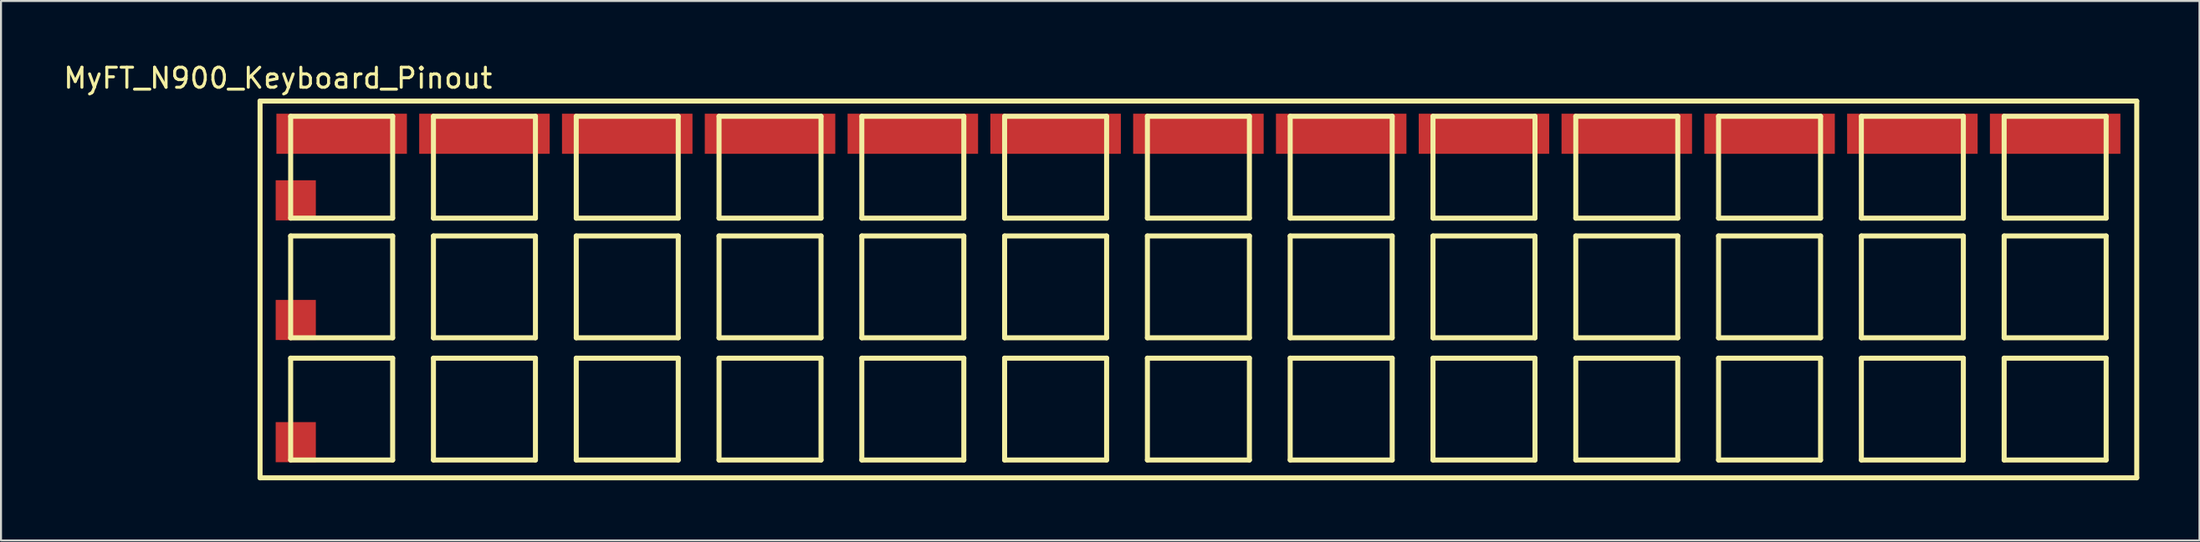
<source format=kicad_pcb>
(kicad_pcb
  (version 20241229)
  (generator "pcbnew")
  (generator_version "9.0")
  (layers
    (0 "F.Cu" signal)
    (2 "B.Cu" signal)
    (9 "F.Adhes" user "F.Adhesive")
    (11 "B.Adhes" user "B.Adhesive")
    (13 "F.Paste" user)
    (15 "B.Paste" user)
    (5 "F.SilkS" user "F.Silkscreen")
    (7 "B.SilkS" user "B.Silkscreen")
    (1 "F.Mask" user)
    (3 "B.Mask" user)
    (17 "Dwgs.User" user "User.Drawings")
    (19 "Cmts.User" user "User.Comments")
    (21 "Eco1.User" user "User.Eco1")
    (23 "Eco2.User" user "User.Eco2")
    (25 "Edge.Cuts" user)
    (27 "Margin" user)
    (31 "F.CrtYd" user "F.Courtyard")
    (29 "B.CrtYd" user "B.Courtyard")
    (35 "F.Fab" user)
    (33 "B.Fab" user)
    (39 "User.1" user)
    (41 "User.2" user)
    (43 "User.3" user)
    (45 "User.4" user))
  (footprint "MyFT_N900_Keyboard_Pinout"
    (layer "F.Cu")
    (at 53.337 11.008)
    (property "Reference" "MyFT_N900_Keyboard_Pinout" (at -42.545 -10.16 0) (layer "F.SilkS") (effects (font (size 1 1) (thickness 0.15))))
    (attr through_hole)
    (fp_line (start -43.434 -9.017) (end -43.434 9.779) (stroke (width 0.25) (type solid)) (layer "F.SilkS"))
    (fp_line (start -43.434 9.779) (end 50.038 9.779) (stroke (width 0.25) (type solid)) (layer "F.SilkS"))
    (fp_line (start -41.91 -8.255) (end -36.83 -8.255) (stroke (width 0.25) (type solid)) (layer "F.SilkS"))
    (fp_line (start -41.91 -3.175) (end -41.91 -8.255) (stroke (width 0.25) (type solid)) (layer "F.SilkS"))
    (fp_line (start -41.91 -3.175) (end -36.83 -3.175) (stroke (width 0.25) (type solid)) (layer "F.SilkS"))
    (fp_line (start -41.91 -2.286) (end -36.83 -2.286) (stroke (width 0.25) (type solid)) (layer "F.SilkS"))
    (fp_line (start -41.91 2.794) (end -41.91 -2.286) (stroke (width 0.25) (type solid)) (layer "F.SilkS"))
    (fp_line (start -41.91 2.794) (end -36.83 2.794) (stroke (width 0.25) (type solid)) (layer "F.SilkS"))
    (fp_line (start -41.91 3.81) (end -36.83 3.81) (stroke (width 0.25) (type solid)) (layer "F.SilkS"))
    (fp_line (start -41.91 8.89) (end -41.91 3.81) (stroke (width 0.25) (type solid)) (layer "F.SilkS"))
    (fp_line (start -41.91 8.89) (end -36.83 8.89) (stroke (width 0.25) (type solid)) (layer "F.SilkS"))
    (fp_line (start -36.83 -3.175) (end -36.83 -8.255) (stroke (width 0.25) (type solid)) (layer "F.SilkS"))
    (fp_line (start -36.83 2.794) (end -36.83 -2.286) (stroke (width 0.25) (type solid)) (layer "F.SilkS"))
    (fp_line (start -36.83 8.89) (end -36.83 3.81) (stroke (width 0.25) (type solid)) (layer "F.SilkS"))
    (fp_line (start -34.798 -8.255) (end -29.718 -8.255) (stroke (width 0.25) (type solid)) (layer "F.SilkS"))
    (fp_line (start -34.798 -3.175) (end -34.798 -8.255) (stroke (width 0.25) (type solid)) (layer "F.SilkS"))
    (fp_line (start -34.798 -3.175) (end -29.718 -3.175) (stroke (width 0.25) (type solid)) (layer "F.SilkS"))
    (fp_line (start -34.798 -2.286) (end -29.718 -2.286) (stroke (width 0.25) (type solid)) (layer "F.SilkS"))
    (fp_line (start -34.798 2.794) (end -34.798 -2.286) (stroke (width 0.25) (type solid)) (layer "F.SilkS"))
    (fp_line (start -34.798 2.794) (end -29.718 2.794) (stroke (width 0.25) (type solid)) (layer "F.SilkS"))
    (fp_line (start -34.798 3.81) (end -29.718 3.81) (stroke (width 0.25) (type solid)) (layer "F.SilkS"))
    (fp_line (start -34.798 8.89) (end -34.798 3.81) (stroke (width 0.25) (type solid)) (layer "F.SilkS"))
    (fp_line (start -34.798 8.89) (end -29.718 8.89) (stroke (width 0.25) (type solid)) (layer "F.SilkS"))
    (fp_line (start -29.718 -3.175) (end -29.718 -8.255) (stroke (width 0.25) (type solid)) (layer "F.SilkS"))
    (fp_line (start -29.718 2.794) (end -29.718 -2.286) (stroke (width 0.25) (type solid)) (layer "F.SilkS"))
    (fp_line (start -29.718 8.89) (end -29.718 3.81) (stroke (width 0.25) (type solid)) (layer "F.SilkS"))
    (fp_line (start -27.686 -8.255) (end -22.606 -8.255) (stroke (width 0.25) (type solid)) (layer "F.SilkS"))
    (fp_line (start -27.686 -3.175) (end -27.686 -8.255) (stroke (width 0.25) (type solid)) (layer "F.SilkS"))
    (fp_line (start -27.686 -3.175) (end -22.606 -3.175) (stroke (width 0.25) (type solid)) (layer "F.SilkS"))
    (fp_line (start -27.686 -2.286) (end -22.606 -2.286) (stroke (width 0.25) (type solid)) (layer "F.SilkS"))
    (fp_line (start -27.686 2.794) (end -27.686 -2.286) (stroke (width 0.25) (type solid)) (layer "F.SilkS"))
    (fp_line (start -27.686 2.794) (end -22.606 2.794) (stroke (width 0.25) (type solid)) (layer "F.SilkS"))
    (fp_line (start -27.686 3.81) (end -22.606 3.81) (stroke (width 0.25) (type solid)) (layer "F.SilkS"))
    (fp_line (start -27.686 8.89) (end -27.686 3.81) (stroke (width 0.25) (type solid)) (layer "F.SilkS"))
    (fp_line (start -27.686 8.89) (end -22.606 8.89) (stroke (width 0.25) (type solid)) (layer "F.SilkS"))
    (fp_line (start -22.606 -3.175) (end -22.606 -8.255) (stroke (width 0.25) (type solid)) (layer "F.SilkS"))
    (fp_line (start -22.606 2.794) (end -22.606 -2.286) (stroke (width 0.25) (type solid)) (layer "F.SilkS"))
    (fp_line (start -22.606 8.89) (end -22.606 3.81) (stroke (width 0.25) (type solid)) (layer "F.SilkS"))
    (fp_line (start -20.574 -8.255) (end -15.494 -8.255) (stroke (width 0.25) (type solid)) (layer "F.SilkS"))
    (fp_line (start -20.574 -3.175) (end -20.574 -8.255) (stroke (width 0.25) (type solid)) (layer "F.SilkS"))
    (fp_line (start -20.574 -3.175) (end -15.494 -3.175) (stroke (width 0.25) (type solid)) (layer "F.SilkS"))
    (fp_line (start -20.574 -2.286) (end -15.494 -2.286) (stroke (width 0.25) (type solid)) (layer "F.SilkS"))
    (fp_line (start -20.574 2.794) (end -20.574 -2.286) (stroke (width 0.25) (type solid)) (layer "F.SilkS"))
    (fp_line (start -20.574 2.794) (end -15.494 2.794) (stroke (width 0.25) (type solid)) (layer "F.SilkS"))
    (fp_line (start -20.574 3.81) (end -15.494 3.81) (stroke (width 0.25) (type solid)) (layer "F.SilkS"))
    (fp_line (start -20.574 8.89) (end -20.574 3.81) (stroke (width 0.25) (type solid)) (layer "F.SilkS"))
    (fp_line (start -20.574 8.89) (end -15.494 8.89) (stroke (width 0.25) (type solid)) (layer "F.SilkS"))
    (fp_line (start -15.494 -3.175) (end -15.494 -8.255) (stroke (width 0.25) (type solid)) (layer "F.SilkS"))
    (fp_line (start -15.494 2.794) (end -15.494 -2.286) (stroke (width 0.25) (type solid)) (layer "F.SilkS"))
    (fp_line (start -15.494 8.89) (end -15.494 3.81) (stroke (width 0.25) (type solid)) (layer "F.SilkS"))
    (fp_line (start -13.462 -8.255) (end -8.382 -8.255) (stroke (width 0.25) (type solid)) (layer "F.SilkS"))
    (fp_line (start -13.462 -3.175) (end -13.462 -8.255) (stroke (width 0.25) (type solid)) (layer "F.SilkS"))
    (fp_line (start -13.462 -3.175) (end -8.382 -3.175) (stroke (width 0.25) (type solid)) (layer "F.SilkS"))
    (fp_line (start -13.462 -2.286) (end -8.382 -2.286) (stroke (width 0.25) (type solid)) (layer "F.SilkS"))
    (fp_line (start -13.462 2.794) (end -13.462 -2.286) (stroke (width 0.25) (type solid)) (layer "F.SilkS"))
    (fp_line (start -13.462 2.794) (end -8.382 2.794) (stroke (width 0.25) (type solid)) (layer "F.SilkS"))
    (fp_line (start -13.462 3.81) (end -8.382 3.81) (stroke (width 0.25) (type solid)) (layer "F.SilkS"))
    (fp_line (start -13.462 8.89) (end -13.462 3.81) (stroke (width 0.25) (type solid)) (layer "F.SilkS"))
    (fp_line (start -13.462 8.89) (end -8.382 8.89) (stroke (width 0.25) (type solid)) (layer "F.SilkS"))
    (fp_line (start -8.382 -3.175) (end -8.382 -8.255) (stroke (width 0.25) (type solid)) (layer "F.SilkS"))
    (fp_line (start -8.382 2.794) (end -8.382 -2.286) (stroke (width 0.25) (type solid)) (layer "F.SilkS"))
    (fp_line (start -8.382 8.89) (end -8.382 3.81) (stroke (width 0.25) (type solid)) (layer "F.SilkS"))
    (fp_line (start -6.35 -8.255) (end -1.27 -8.255) (stroke (width 0.25) (type solid)) (layer "F.SilkS"))
    (fp_line (start -6.35 -3.175) (end -6.35 -8.255) (stroke (width 0.25) (type solid)) (layer "F.SilkS"))
    (fp_line (start -6.35 -3.175) (end -1.27 -3.175) (stroke (width 0.25) (type solid)) (layer "F.SilkS"))
    (fp_line (start -6.35 -2.286) (end -1.27 -2.286) (stroke (width 0.25) (type solid)) (layer "F.SilkS"))
    (fp_line (start -6.35 2.794) (end -6.35 -2.286) (stroke (width 0.25) (type solid)) (layer "F.SilkS"))
    (fp_line (start -6.35 2.794) (end -1.27 2.794) (stroke (width 0.25) (type solid)) (layer "F.SilkS"))
    (fp_line (start -6.35 3.81) (end -1.27 3.81) (stroke (width 0.25) (type solid)) (layer "F.SilkS"))
    (fp_line (start -6.35 8.89) (end -6.35 3.81) (stroke (width 0.25) (type solid)) (layer "F.SilkS"))
    (fp_line (start -6.35 8.89) (end -1.27 8.89) (stroke (width 0.25) (type solid)) (layer "F.SilkS"))
    (fp_line (start -1.27 -3.175) (end -1.27 -8.255) (stroke (width 0.25) (type solid)) (layer "F.SilkS"))
    (fp_line (start -1.27 2.794) (end -1.27 -2.286) (stroke (width 0.25) (type solid)) (layer "F.SilkS"))
    (fp_line (start -1.27 8.89) (end -1.27 3.81) (stroke (width 0.25) (type solid)) (layer "F.SilkS"))
    (fp_line (start 0.762 -8.255) (end 5.842 -8.255) (stroke (width 0.25) (type solid)) (layer "F.SilkS"))
    (fp_line (start 0.762 -3.175) (end 0.762 -8.255) (stroke (width 0.25) (type solid)) (layer "F.SilkS"))
    (fp_line (start 0.762 -3.175) (end 5.842 -3.175) (stroke (width 0.25) (type solid)) (layer "F.SilkS"))
    (fp_line (start 0.762 -2.286) (end 5.842 -2.286) (stroke (width 0.25) (type solid)) (layer "F.SilkS"))
    (fp_line (start 0.762 2.794) (end 0.762 -2.286) (stroke (width 0.25) (type solid)) (layer "F.SilkS"))
    (fp_line (start 0.762 2.794) (end 5.842 2.794) (stroke (width 0.25) (type solid)) (layer "F.SilkS"))
    (fp_line (start 0.762 3.81) (end 5.842 3.81) (stroke (width 0.25) (type solid)) (layer "F.SilkS"))
    (fp_line (start 0.762 8.89) (end 0.762 3.81) (stroke (width 0.25) (type solid)) (layer "F.SilkS"))
    (fp_line (start 0.762 8.89) (end 5.842 8.89) (stroke (width 0.25) (type solid)) (layer "F.SilkS"))
    (fp_line (start 5.842 -3.175) (end 5.842 -8.255) (stroke (width 0.25) (type solid)) (layer "F.SilkS"))
    (fp_line (start 5.842 2.794) (end 5.842 -2.286) (stroke (width 0.25) (type solid)) (layer "F.SilkS"))
    (fp_line (start 5.842 8.89) (end 5.842 3.81) (stroke (width 0.25) (type solid)) (layer "F.SilkS"))
    (fp_line (start 7.874 -8.255) (end 12.954 -8.255) (stroke (width 0.25) (type solid)) (layer "F.SilkS"))
    (fp_line (start 7.874 -3.175) (end 7.874 -8.255) (stroke (width 0.25) (type solid)) (layer "F.SilkS"))
    (fp_line (start 7.874 -3.175) (end 12.954 -3.175) (stroke (width 0.25) (type solid)) (layer "F.SilkS"))
    (fp_line (start 7.874 -2.286) (end 12.954 -2.286) (stroke (width 0.25) (type solid)) (layer "F.SilkS"))
    (fp_line (start 7.874 2.794) (end 7.874 -2.286) (stroke (width 0.25) (type solid)) (layer "F.SilkS"))
    (fp_line (start 7.874 2.794) (end 12.954 2.794) (stroke (width 0.25) (type solid)) (layer "F.SilkS"))
    (fp_line (start 7.874 3.81) (end 12.954 3.81) (stroke (width 0.25) (type solid)) (layer "F.SilkS"))
    (fp_line (start 7.874 8.89) (end 7.874 3.81) (stroke (width 0.25) (type solid)) (layer "F.SilkS"))
    (fp_line (start 7.874 8.89) (end 12.954 8.89) (stroke (width 0.25) (type solid)) (layer "F.SilkS"))
    (fp_line (start 12.954 -3.175) (end 12.954 -8.255) (stroke (width 0.25) (type solid)) (layer "F.SilkS"))
    (fp_line (start 12.954 2.794) (end 12.954 -2.286) (stroke (width 0.25) (type solid)) (layer "F.SilkS"))
    (fp_line (start 12.954 8.89) (end 12.954 3.81) (stroke (width 0.25) (type solid)) (layer "F.SilkS"))
    (fp_line (start 14.986 -8.255) (end 20.066 -8.255) (stroke (width 0.25) (type solid)) (layer "F.SilkS"))
    (fp_line (start 14.986 -3.175) (end 14.986 -8.255) (stroke (width 0.25) (type solid)) (layer "F.SilkS"))
    (fp_line (start 14.986 -3.175) (end 20.066 -3.175) (stroke (width 0.25) (type solid)) (layer "F.SilkS"))
    (fp_line (start 14.986 -2.286) (end 20.066 -2.286) (stroke (width 0.25) (type solid)) (layer "F.SilkS"))
    (fp_line (start 14.986 2.794) (end 14.986 -2.286) (stroke (width 0.25) (type solid)) (layer "F.SilkS"))
    (fp_line (start 14.986 2.794) (end 20.066 2.794) (stroke (width 0.25) (type solid)) (layer "F.SilkS"))
    (fp_line (start 14.986 3.81) (end 20.066 3.81) (stroke (width 0.25) (type solid)) (layer "F.SilkS"))
    (fp_line (start 14.986 8.89) (end 14.986 3.81) (stroke (width 0.25) (type solid)) (layer "F.SilkS"))
    (fp_line (start 14.986 8.89) (end 20.066 8.89) (stroke (width 0.25) (type solid)) (layer "F.SilkS"))
    (fp_line (start 20.066 -3.175) (end 20.066 -8.255) (stroke (width 0.25) (type solid)) (layer "F.SilkS"))
    (fp_line (start 20.066 2.794) (end 20.066 -2.286) (stroke (width 0.25) (type solid)) (layer "F.SilkS"))
    (fp_line (start 20.066 8.89) (end 20.066 3.81) (stroke (width 0.25) (type solid)) (layer "F.SilkS"))
    (fp_line (start 22.098 -8.255) (end 27.178 -8.255) (stroke (width 0.25) (type solid)) (layer "F.SilkS"))
    (fp_line (start 22.098 -3.175) (end 22.098 -8.255) (stroke (width 0.25) (type solid)) (layer "F.SilkS"))
    (fp_line (start 22.098 -3.175) (end 27.178 -3.175) (stroke (width 0.25) (type solid)) (layer "F.SilkS"))
    (fp_line (start 22.098 -2.286) (end 27.178 -2.286) (stroke (width 0.25) (type solid)) (layer "F.SilkS"))
    (fp_line (start 22.098 2.794) (end 22.098 -2.286) (stroke (width 0.25) (type solid)) (layer "F.SilkS"))
    (fp_line (start 22.098 2.794) (end 27.178 2.794) (stroke (width 0.25) (type solid)) (layer "F.SilkS"))
    (fp_line (start 22.098 3.81) (end 27.178 3.81) (stroke (width 0.25) (type solid)) (layer "F.SilkS"))
    (fp_line (start 22.098 8.89) (end 22.098 3.81) (stroke (width 0.25) (type solid)) (layer "F.SilkS"))
    (fp_line (start 22.098 8.89) (end 27.178 8.89) (stroke (width 0.25) (type solid)) (layer "F.SilkS"))
    (fp_line (start 27.178 -3.175) (end 27.178 -8.255) (stroke (width 0.25) (type solid)) (layer "F.SilkS"))
    (fp_line (start 27.178 2.794) (end 27.178 -2.286) (stroke (width 0.25) (type solid)) (layer "F.SilkS"))
    (fp_line (start 27.178 8.89) (end 27.178 3.81) (stroke (width 0.25) (type solid)) (layer "F.SilkS"))
    (fp_line (start 29.21 -8.255) (end 34.29 -8.255) (stroke (width 0.25) (type solid)) (layer "F.SilkS"))
    (fp_line (start 29.21 -3.175) (end 29.21 -8.255) (stroke (width 0.25) (type solid)) (layer "F.SilkS"))
    (fp_line (start 29.21 -3.175) (end 34.29 -3.175) (stroke (width 0.25) (type solid)) (layer "F.SilkS"))
    (fp_line (start 29.21 -2.286) (end 34.29 -2.286) (stroke (width 0.25) (type solid)) (layer "F.SilkS"))
    (fp_line (start 29.21 2.794) (end 29.21 -2.286) (stroke (width 0.25) (type solid)) (layer "F.SilkS"))
    (fp_line (start 29.21 2.794) (end 34.29 2.794) (stroke (width 0.25) (type solid)) (layer "F.SilkS"))
    (fp_line (start 29.21 3.81) (end 34.29 3.81) (stroke (width 0.25) (type solid)) (layer "F.SilkS"))
    (fp_line (start 29.21 8.89) (end 29.21 3.81) (stroke (width 0.25) (type solid)) (layer "F.SilkS"))
    (fp_line (start 29.21 8.89) (end 34.29 8.89) (stroke (width 0.25) (type solid)) (layer "F.SilkS"))
    (fp_line (start 34.29 -3.175) (end 34.29 -8.255) (stroke (width 0.25) (type solid)) (layer "F.SilkS"))
    (fp_line (start 34.29 2.794) (end 34.29 -2.286) (stroke (width 0.25) (type solid)) (layer "F.SilkS"))
    (fp_line (start 34.29 8.89) (end 34.29 3.81) (stroke (width 0.25) (type solid)) (layer "F.SilkS"))
    (fp_line (start 36.322 -8.255) (end 41.402 -8.255) (stroke (width 0.25) (type solid)) (layer "F.SilkS"))
    (fp_line (start 36.322 -3.175) (end 36.322 -8.255) (stroke (width 0.25) (type solid)) (layer "F.SilkS"))
    (fp_line (start 36.322 -3.175) (end 41.402 -3.175) (stroke (width 0.25) (type solid)) (layer "F.SilkS"))
    (fp_line (start 36.322 -2.286) (end 41.402 -2.286) (stroke (width 0.25) (type solid)) (layer "F.SilkS"))
    (fp_line (start 36.322 2.794) (end 36.322 -2.286) (stroke (width 0.25) (type solid)) (layer "F.SilkS"))
    (fp_line (start 36.322 2.794) (end 41.402 2.794) (stroke (width 0.25) (type solid)) (layer "F.SilkS"))
    (fp_line (start 36.322 3.81) (end 41.402 3.81) (stroke (width 0.25) (type solid)) (layer "F.SilkS"))
    (fp_line (start 36.322 8.89) (end 36.322 3.81) (stroke (width 0.25) (type solid)) (layer "F.SilkS"))
    (fp_line (start 36.322 8.89) (end 41.402 8.89) (stroke (width 0.25) (type solid)) (layer "F.SilkS"))
    (fp_line (start 41.402 -3.175) (end 41.402 -8.255) (stroke (width 0.25) (type solid)) (layer "F.SilkS"))
    (fp_line (start 41.402 2.794) (end 41.402 -2.286) (stroke (width 0.25) (type solid)) (layer "F.SilkS"))
    (fp_line (start 41.402 8.89) (end 41.402 3.81) (stroke (width 0.25) (type solid)) (layer "F.SilkS"))
    (fp_line (start 43.434 -8.255) (end 48.514 -8.255) (stroke (width 0.25) (type solid)) (layer "F.SilkS"))
    (fp_line (start 43.434 -3.175) (end 43.434 -8.255) (stroke (width 0.25) (type solid)) (layer "F.SilkS"))
    (fp_line (start 43.434 -3.175) (end 48.514 -3.175) (stroke (width 0.25) (type solid)) (layer "F.SilkS"))
    (fp_line (start 43.434 -2.286) (end 48.514 -2.286) (stroke (width 0.25) (type solid)) (layer "F.SilkS"))
    (fp_line (start 43.434 2.794) (end 43.434 -2.286) (stroke (width 0.25) (type solid)) (layer "F.SilkS"))
    (fp_line (start 43.434 2.794) (end 48.514 2.794) (stroke (width 0.25) (type solid)) (layer "F.SilkS"))
    (fp_line (start 43.434 3.81) (end 48.514 3.81) (stroke (width 0.25) (type solid)) (layer "F.SilkS"))
    (fp_line (start 43.434 8.89) (end 43.434 3.81) (stroke (width 0.25) (type solid)) (layer "F.SilkS"))
    (fp_line (start 43.434 8.89) (end 48.514 8.89) (stroke (width 0.25) (type solid)) (layer "F.SilkS"))
    (fp_line (start 48.514 -3.175) (end 48.514 -8.255) (stroke (width 0.25) (type solid)) (layer "F.SilkS"))
    (fp_line (start 48.514 2.794) (end 48.514 -2.286) (stroke (width 0.25) (type solid)) (layer "F.SilkS"))
    (fp_line (start 48.514 8.89) (end 48.514 3.81) (stroke (width 0.25) (type solid)) (layer "F.SilkS"))
    (fp_line (start 50.038 -9.017) (end -43.434 -9.017) (stroke (width 0.25) (type solid)) (layer "F.SilkS"))
    (fp_line (start 50.038 9.779) (end 50.038 -9.017) (stroke (width 0.25) (type solid)) (layer "F.SilkS"))
    (pad "1" smd rect (at -39.37 -7.385) (size 6.5 2) (layers "F.Cu" "F.Mask" "F.Paste"))
    (pad "2" smd rect (at -32.258 -7.385) (size 6.5 2) (layers "F.Cu" "F.Mask" "F.Paste"))
    (pad "3" smd rect (at -25.146 -7.385) (size 6.5 2) (layers "F.Cu" "F.Mask" "F.Paste"))
    (pad "4" smd rect (at -18.034 -7.385) (size 6.5 2) (layers "F.Cu" "F.Mask" "F.Paste"))
    (pad "5" smd rect (at -10.922 -7.385) (size 6.5 2) (layers "F.Cu" "F.Mask" "F.Paste"))
    (pad "6" smd rect (at -3.81 -7.385) (size 6.5 2) (layers "F.Cu" "F.Mask" "F.Paste"))
    (pad "7" smd rect (at 3.302 -7.385) (size 6.5 2) (layers "F.Cu" "F.Mask" "F.Paste"))
    (pad "8" smd rect (at 10.414 -7.385) (size 6.5 2) (layers "F.Cu" "F.Mask" "F.Paste"))
    (pad "9" smd rect (at 17.526 -7.385) (size 6.5 2) (layers "F.Cu" "F.Mask" "F.Paste"))
    (pad "10" smd rect (at 24.638 -7.385) (size 6.5 2) (layers "F.Cu" "F.Mask" "F.Paste"))
    (pad "11" smd rect (at 31.75 -7.385) (size 6.5 2) (layers "F.Cu" "F.Mask" "F.Paste"))
    (pad "12" smd rect (at 38.862 -7.385) (size 6.5 2) (layers "F.Cu" "F.Mask" "F.Paste"))
    (pad "13" smd rect (at 45.974 -7.385) (size 6.5 2) (layers "F.Cu" "F.Mask" "F.Paste"))
    (pad "14" smd rect (at -41.656 -4.064) (size 2 2) (layers "F.Cu" "F.Mask" "F.Paste"))
    (pad "15" smd rect (at -41.656 1.905) (size 2 2) (layers "F.Cu" "F.Mask" "F.Paste"))
    (pad "16" smd rect (at -41.656 8.001) (size 2 2) (layers "F.Cu" "F.Mask" "F.Paste")))
  (gr_rect
    (start -3 -3)
    (end 106.5 23.912)
    (stroke (width 0.1) (type default))
    (fill no)
    (layer "Edge.Cuts")))
</source>
